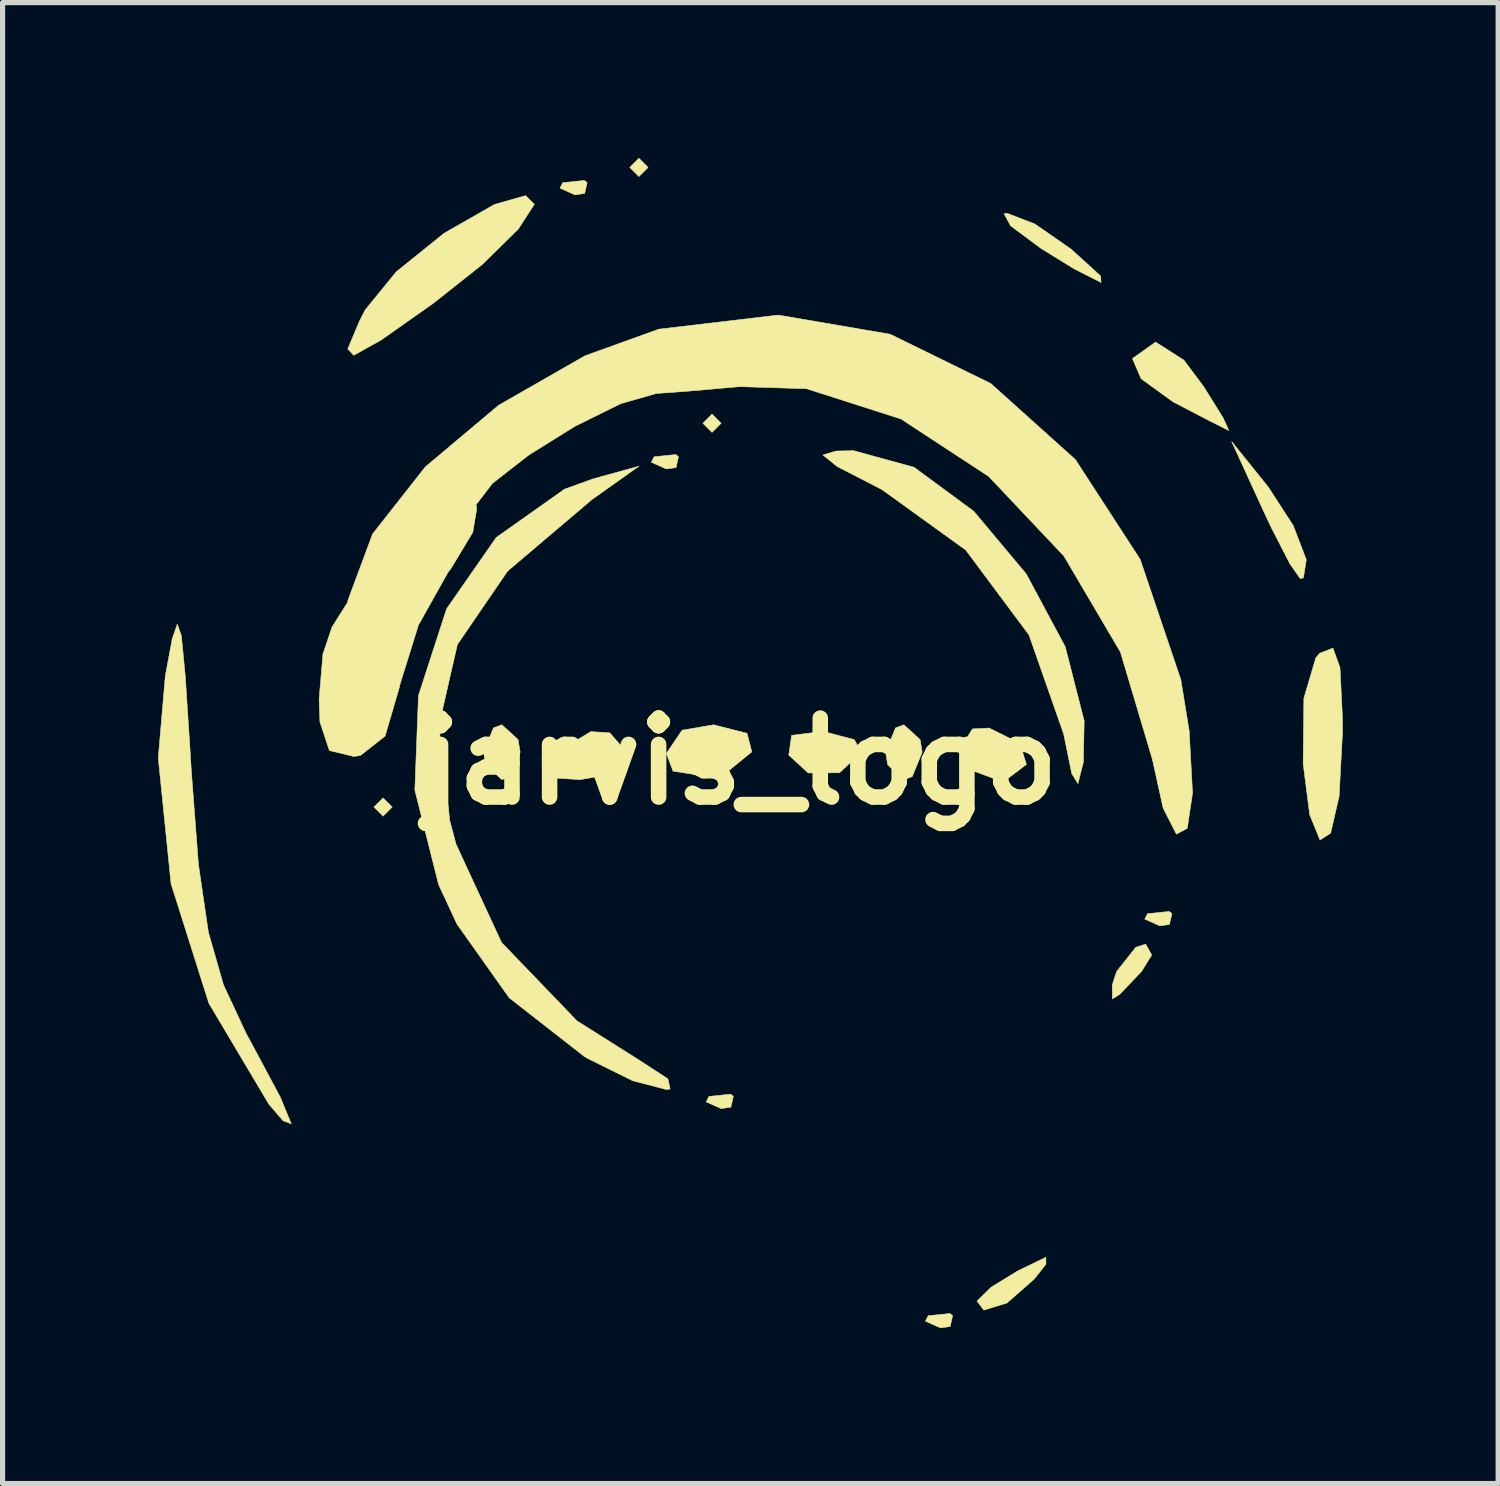
<source format=kicad_pcb>
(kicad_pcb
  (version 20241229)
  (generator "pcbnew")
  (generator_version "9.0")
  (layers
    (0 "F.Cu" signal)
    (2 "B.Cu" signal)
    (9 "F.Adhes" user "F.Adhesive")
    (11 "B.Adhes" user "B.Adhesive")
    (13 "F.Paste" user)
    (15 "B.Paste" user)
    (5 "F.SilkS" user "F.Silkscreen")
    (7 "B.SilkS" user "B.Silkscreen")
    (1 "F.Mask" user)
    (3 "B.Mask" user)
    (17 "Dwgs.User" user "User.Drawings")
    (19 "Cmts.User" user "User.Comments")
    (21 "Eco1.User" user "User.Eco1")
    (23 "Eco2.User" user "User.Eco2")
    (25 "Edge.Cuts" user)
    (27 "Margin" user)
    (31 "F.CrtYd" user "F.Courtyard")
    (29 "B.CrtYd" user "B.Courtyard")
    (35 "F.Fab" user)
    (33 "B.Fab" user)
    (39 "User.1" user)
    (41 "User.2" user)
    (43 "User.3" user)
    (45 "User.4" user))
  (footprint "jarvis_logo"
    (layer "F.Cu")
    (at 11.224 11.647)
    (property "Reference" "jarvis_logo" (at 0 0 0) (layer "F.SilkS") (effects (font (size 1.524 1.524) (thickness 0.3))))
    (attr through_hole)
    (fp_poly (pts (xy -6.703 0.882) (xy -6.879 1.058) (xy -7.056 0.882) (xy -6.879 0.706) (xy -6.703 0.882)) (stroke (width 0.01) (type solid)) (fill yes) (layer "F.SilkS"))
    (fp_poly (pts (xy -1.764 -11.465) (xy -1.94 -11.289) (xy -2.117 -11.465) (xy -1.94 -11.642) (xy -1.764 -11.465)) (stroke (width 0.01) (type solid)) (fill yes) (layer "F.SilkS"))
    (fp_poly (pts (xy -0.353 -6.526) (xy -0.529 -6.35) (xy -0.706 -6.526) (xy -0.529 -6.703) (xy -0.353 -6.526)) (stroke (width 0.01) (type solid)) (fill yes) (layer "F.SilkS"))
    (fp_poly (pts (xy -2.94 -11.171) (xy -2.988 -10.962) (xy -3.175 -10.936) (xy -3.465 -11.065) (xy -3.41 -11.171) (xy -2.992 -11.214) (xy -2.94 -11.171)) (stroke (width 0.01) (type solid)) (fill yes) (layer "F.SilkS"))
    (fp_poly (pts (xy -1.176 -5.88) (xy -1.224 -5.67) (xy -1.411 -5.644) (xy -1.701 -5.774) (xy -1.646 -5.88) (xy -1.228 -5.922) (xy -1.176 -5.88)) (stroke (width 0.01) (type solid)) (fill yes) (layer "F.SilkS"))
    (fp_poly (pts (xy -0.118 6.468) (xy -0.166 6.677) (xy -0.353 6.703) (xy -0.643 6.574) (xy -0.588 6.468) (xy -0.169 6.425) (xy -0.118 6.468)) (stroke (width 0.01) (type solid)) (fill yes) (layer "F.SilkS"))
    (fp_poly (pts (xy 4.116 10.701) (xy 4.067 10.911) (xy 3.881 10.936) (xy 3.59 10.807) (xy 3.645 10.701) (xy 4.064 10.659) (xy 4.116 10.701)) (stroke (width 0.01) (type solid)) (fill yes) (layer "F.SilkS"))
    (fp_poly (pts (xy 8.349 2.94) (xy 8.301 3.15) (xy 8.114 3.175) (xy 7.824 3.046) (xy 7.879 2.94) (xy 8.297 2.898) (xy 8.349 2.94)) (stroke (width 0.01) (type solid)) (fill yes) (layer "F.SilkS"))
    (fp_poly (pts (xy 2.217 -0.42) (xy 2.352 -0.176) (xy 1.932 0.221) (xy 1.327 0.224) (xy 0.952 -0.12) (xy 1.008 -0.502) (xy 1.613 -0.578) (xy 2.217 -0.42)) (stroke (width 0.01) (type solid)) (fill yes) (layer "F.SilkS"))
    (fp_poly (pts (xy -4.273 -0.42) (xy -4.233 -0.176) (xy -4.424 0.293) (xy -4.586 0.353) (xy -4.899 0.067) (xy -4.939 -0.176) (xy -4.748 -0.646) (xy -4.586 -0.706) (xy -4.273 -0.42)) (stroke (width 0.01) (type solid)) (fill yes) (layer "F.SilkS"))
    (fp_poly (pts (xy -2.503 -0.55) (xy -2.122 -0.112) (xy -2.367 0.23) (xy -3.074 0.353) (xy -3.72 0.312) (xy -3.751 0.1) (xy -3.461 -0.218) (xy -2.867 -0.574) (xy -2.503 -0.55)) (stroke (width 0.01) (type solid)) (fill yes) (layer "F.SilkS"))
    (fp_poly (pts (xy 0.147 -0.541) (xy 0.239 -0.183) (xy -0.195 0.17) (xy -0.645 0.289) (xy -1.281 0.19) (xy -1.411 -0.152) (xy -1.107 -0.601) (xy -0.5 -0.706) (xy 0.147 -0.541)) (stroke (width 0.01) (type solid)) (fill yes) (layer "F.SilkS"))
    (fp_poly (pts (xy 3.488 -0.42) (xy 3.528 -0.176) (xy 3.337 0.293) (xy 3.175 0.353) (xy 2.862 0.067) (xy 2.822 -0.176) (xy 3.013 -0.646) (xy 3.175 -0.706) (xy 3.488 -0.42)) (stroke (width 0.01) (type solid)) (fill yes) (layer "F.SilkS"))
    (fp_poly (pts (xy 5.41 -0.349) (xy 5.541 0.059) (xy 5.179 0.333) (xy 4.968 0.353) (xy 4.362 0.129) (xy 4.233 -0.202) (xy 4.498 -0.626) (xy 4.821 -0.643) (xy 5.41 -0.349)) (stroke (width 0.01) (type solid)) (fill yes) (layer "F.SilkS"))
    (fp_poly (pts (xy 5.917 9.708) (xy 5.689 9.996) (xy 5.163 10.457) (xy 4.719 10.593) (xy 4.586 10.419) (xy 4.859 10.151) (xy 5.38 9.832) (xy 5.916 9.574) (xy 5.917 9.708)) (stroke (width 0.01) (type solid)) (fill yes) (layer "F.SilkS"))
    (fp_poly (pts (xy 7.959 3.738) (xy 7.761 4.057) (xy 7.344 4.495) (xy 7.2 4.586) (xy 7.196 4.319) (xy 7.281 4.057) (xy 7.651 3.59) (xy 7.842 3.528) (xy 7.959 3.738)) (stroke (width 0.01) (type solid)) (fill yes) (layer "F.SilkS"))
    (fp_poly (pts (xy 5.702 -10.374) (xy 6.399 -9.89) (xy 6.972 -9.37) (xy 6.981 -9.244) (xy 6.45 -9.513) (xy 5.821 -9.902) (xy 5.236 -10.337) (xy 5.108 -10.57) (xy 5.164 -10.581) (xy 5.702 -10.374)) (stroke (width 0.01) (type solid)) (fill yes) (layer "F.SilkS"))
    (fp_poly (pts (xy 10.211 -5.292) (xy 10.691 -4.551) (xy 10.943 -3.893) (xy 10.887 -3.542) (xy 10.825 -3.528) (xy 10.625 -3.815) (xy 10.256 -4.535) (xy 10.108 -4.851) (xy 9.502 -6.174) (xy 10.211 -5.292)) (stroke (width 0.01) (type solid)) (fill yes) (layer "F.SilkS"))
    (fp_poly (pts (xy 8.579 -7.746) (xy 8.963 -7.232) (xy 9.34 -6.626) (xy 9.447 -6.387) (xy 9.445 -6.387) (xy 9.1 -6.56) (xy 8.399 -6.925) (xy 8.372 -6.939) (xy 7.755 -7.385) (xy 7.59 -7.766) (xy 7.599 -7.784) (xy 8.033 -8.094) (xy 8.579 -7.746)) (stroke (width 0.01) (type solid)) (fill yes) (layer "F.SilkS"))
    (fp_poly (pts (xy 11.593 -1.811) (xy 11.64 -0.858) (xy 11.642 -0.564) (xy 11.576 0.677) (xy 11.413 1.385) (xy 11.207 1.518) (xy 11.009 1.033) (xy 10.882 0.044) (xy 10.896 -1.219) (xy 11.127 -1.999) (xy 11.201 -2.086) (xy 11.457 -2.186) (xy 11.593 -1.811)) (stroke (width 0.01) (type solid)) (fill yes) (layer "F.SilkS"))
    (fp_poly (pts (xy -3.959 -10.753) (xy -4.269 -10.274) (xy -4.966 -9.59) (xy -5.906 -8.845) (xy -6.919 -8.131) (xy -7.446 -7.838) (xy -7.561 -7.961) (xy -7.339 -8.49) (xy -7.224 -8.715) (xy -6.623 -9.452) (xy -5.697 -10.197) (xy -4.727 -10.751) (xy -4.128 -10.921) (xy -3.959 -10.753)) (stroke (width 0.01) (type solid)) (fill yes) (layer "F.SilkS"))
    (fp_poly (pts (xy 3.371 -5.677) (xy 4.524 -4.827) (xy 5.538 -3.616) (xy 6.29 -2.211) (xy 6.655 -0.781) (xy 6.639 0.016) (xy 6.535 0.43) (xy 6.415 0.237) (xy 6.259 -0.529) (xy 5.589 -2.441) (xy 4.369 -4.079) (xy 2.753 -5.245) (xy 1.889 -5.69) (xy 1.611 -5.914) (xy 1.864 -5.99) (xy 2.204 -5.997) (xy 3.371 -5.677)) (stroke (width 0.01) (type solid)) (fill yes) (layer "F.SilkS"))
    (fp_poly (pts (xy -10.773 -2.427) (xy -10.697 -1.643) (xy -10.606 -0.232) (xy -10.58 0.193) (xy -10.443 1.993) (xy -10.252 3.296) (xy -9.961 4.313) (xy -9.523 5.252) (xy -9.444 5.396) (xy -8.864 6.481) (xy -8.651 6.998) (xy -8.809 6.938) (xy -9.086 6.615) (xy -10.242 4.67) (xy -10.972 2.363) (xy -11.219 -0.065) (xy -11.083 -1.648) (xy -10.949 -2.367) (xy -10.852 -2.648) (xy -10.773 -2.427)) (stroke (width 0.01) (type solid)) (fill yes) (layer "F.SilkS"))
    (fp_poly (pts (xy -2.847 -5.054) (xy -4.475 -3.673) (xy -5.445 -2.255) (xy -5.803 -0.687) (xy -5.592 1.142) (xy -5.472 1.597) (xy -4.592 3.497) (xy -3.135 5.011) (xy -1.94 5.765) (xy -1.381 6.129) (xy -1.338 6.325) (xy -1.411 6.335) (xy -2.057 6.167) (xy -2.918 5.742) (xy -2.999 5.694) (xy -4.444 4.565) (xy -5.452 3.143) (xy -5.807 2.38) (xy -6.266 0.555) (xy -6.196 -1.269) (xy -5.653 -2.944) (xy -4.694 -4.322) (xy -3.375 -5.255) (xy -2.822 -5.454) (xy -1.94 -5.698) (xy -2.847 -5.054)) (stroke (width 0.01) (type solid)) (fill yes) (layer "F.SilkS"))
    (fp_poly (pts (xy 2.91 -8.245) (xy 4.85 -7.295) (xy 6.485 -5.826) (xy 7.736 -3.899) (xy 8.521 -1.576) (xy 8.682 -0.588) (xy 8.747 0.613) (xy 8.645 1.293) (xy 8.435 1.405) (xy 8.179 0.902) (xy 7.972 -0.037) (xy 7.355 -2.109) (xy 6.263 -3.964) (xy 4.813 -5.499) (xy 3.119 -6.609) (xy 1.295 -7.193) (xy -0.004 -7.233) (xy -1.012 -7.144) (xy -1.605 -7.101) (xy -2.29 -6.905) (xy -3.175 -6.468) (xy -4.065 -5.914) (xy -4.766 -5.368) (xy -5.084 -4.954) (xy -5.072 -4.87) (xy -5.146 -4.425) (xy -5.565 -3.727) (xy -5.626 -3.648) (xy -6.196 -2.631) (xy -6.559 -1.465) (xy -6.564 -1.431) (xy -6.84 -0.488) (xy -7.316 -0.113) (xy -7.442 -0.094) (xy -7.916 -0.208) (xy -8.098 -0.761) (xy -8.114 -1.198) (xy -8.04 -2.072) (xy -7.86 -2.605) (xy -7.849 -2.616) (xy -7.565 -3.068) (xy -7.555 -3.116) (xy -7.081 -4.39) (xy -6.063 -5.685) (xy -4.648 -6.874) (xy -2.98 -7.83) (xy -1.555 -8.343) (xy 0.749 -8.615) (xy 2.91 -8.245)) (stroke (width 0.01) (type solid)) (fill yes) (layer "F.SilkS")))
  (gr_rect
    (start -3 -3)
    (end 25.871 25.588)
    (stroke (width 0.1) (type default))
    (fill no)
    (layer "Edge.Cuts")))
</source>
